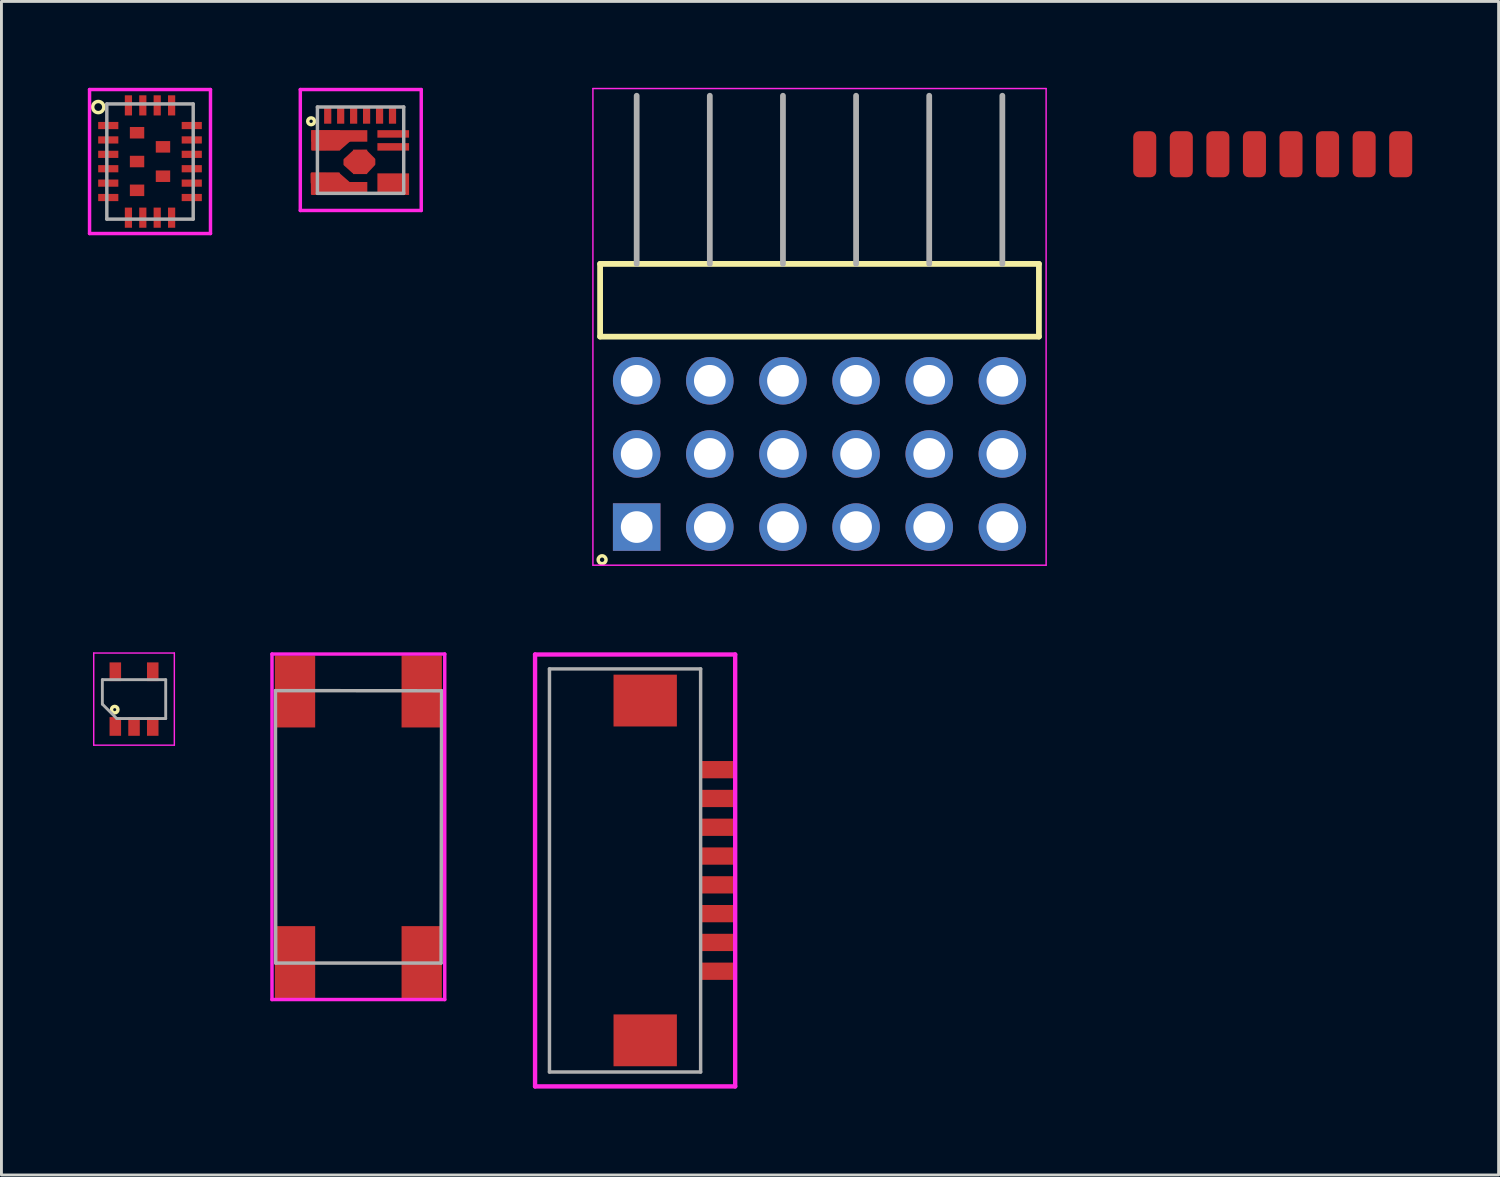
<source format=kicad_pcb>
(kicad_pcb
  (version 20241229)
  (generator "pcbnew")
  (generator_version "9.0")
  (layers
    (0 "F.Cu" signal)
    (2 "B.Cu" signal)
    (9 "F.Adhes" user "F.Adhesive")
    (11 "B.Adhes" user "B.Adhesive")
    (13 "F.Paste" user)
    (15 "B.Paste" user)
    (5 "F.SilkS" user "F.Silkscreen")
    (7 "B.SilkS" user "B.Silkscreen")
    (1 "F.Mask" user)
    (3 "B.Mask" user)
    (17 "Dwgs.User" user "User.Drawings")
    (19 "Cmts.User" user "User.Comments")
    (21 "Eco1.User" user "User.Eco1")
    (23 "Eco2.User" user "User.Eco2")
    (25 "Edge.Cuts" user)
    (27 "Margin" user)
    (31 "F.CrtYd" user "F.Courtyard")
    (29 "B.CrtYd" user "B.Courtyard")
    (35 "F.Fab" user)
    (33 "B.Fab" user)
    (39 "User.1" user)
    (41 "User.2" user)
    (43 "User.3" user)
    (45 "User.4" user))
  (footprint "ADTSM644KV"
    (layer "F.Cu")
    (at 9.396 25.665)
    (property "Reference" "ADTSM644KV" (at 0.038 0.089 0) (layer "Eco2.User") (effects (font (size 0.3 0.3) (thickness 0.075))))
    (attr smd)
    (fp_line (start -3 -6) (end -3 6) (stroke (width 0.12) (type solid)) (layer "F.CrtYd"))
    (fp_line (start 3 -6) (end -3 -6) (stroke (width 0.12) (type solid)) (layer "F.CrtYd"))
    (fp_line (start 3 -6) (end 3 6) (stroke (width 0.12) (type solid)) (layer "F.CrtYd"))
    (fp_line (start 3 6) (end -3 6) (stroke (width 0.12) (type solid)) (layer "F.CrtYd"))
    (fp_line (start -2.88 -4.729) (end 2.891 -4.724) (stroke (width 0.12) (type solid)) (layer "F.Fab"))
    (fp_line (start -2.87 4.732) (end -2.88 -4.729) (stroke (width 0.12) (type solid)) (layer "F.Fab"))
    (fp_line (start 2.873 4.732) (end -2.87 4.732) (stroke (width 0.12) (type solid)) (layer "F.Fab"))
    (fp_line (start 2.891 -4.724) (end 2.873 4.732) (stroke (width 0.12) (type solid)) (layer "F.Fab"))
    (pad "1" smd rect (at 2.2 -4.7 270) (size 2.5 1.4) (layers "F.Cu" "F.Mask" "F.Paste"))
    (pad "1" smd rect (at 2.2 4.7 270) (size 2.5 1.4) (layers "F.Cu" "F.Mask" "F.Paste"))
    (pad "2" smd rect (at -2.2 -4.7 270) (size 2.5 1.4) (layers "F.Cu" "F.Mask" "F.Paste"))
    (pad "2" smd rect (at -2.2 4.7 270) (size 2.5 1.4) (layers "F.Cu" "F.Mask" "F.Paste")))
  (footprint "6x3_right_angle_pin_header"
    (layer "F.Cu")
    (at 19.062 15.255)
    (property "Reference" "6x3_right_angle_pin_header" (at 0 0 0) (layer "Eco2.User") (effects (font (size 0.3 0.3) (thickness 0.075))))
    (attr through_hole)
    (fp_line (start -1.27 -9.14) (end 13.97 -9.14) (stroke (width 0.2) (type solid)) (layer "F.SilkS"))
    (fp_line (start -1.27 -6.617) (end -1.27 -9.14) (stroke (width 0.2) (type solid)) (layer "F.SilkS"))
    (fp_line (start -1.27 -6.613) (end 13.97 -6.613) (stroke (width 0.2) (type solid)) (layer "F.SilkS"))
    (fp_line (start 0 -10.643) (end 0 -9.157) (stroke (width 0.12) (type solid)) (layer "F.SilkS"))
    (fp_line (start 2.54 -10.655) (end 2.54 -9.169) (stroke (width 0.12) (type solid)) (layer "F.SilkS"))
    (fp_line (start 5.08 -10.655) (end 5.08 -9.169) (stroke (width 0.12) (type solid)) (layer "F.SilkS"))
    (fp_line (start 7.645 -10.655) (end 7.645 -9.169) (stroke (width 0.12) (type solid)) (layer "F.SilkS"))
    (fp_line (start 10.173 -10.693) (end 10.173 -9.207) (stroke (width 0.12) (type solid)) (layer "F.SilkS"))
    (fp_line (start 12.7 -10.693) (end 12.7 -9.207) (stroke (width 0.12) (type solid)) (layer "F.SilkS"))
    (fp_line (start 13.97 -9.14) (end 13.97 -6.617) (stroke (width 0.2) (type solid)) (layer "F.SilkS"))
    (fp_circle (center -1.201 1.135) (end -1.105 1.232) (stroke (width 0.12) (type solid)) (fill no) (layer "F.SilkS"))
    (fp_line (start -1.52 -15.23) (end -1.52 1.325) (stroke (width 0.05) (type solid)) (layer "F.CrtYd"))
    (fp_line (start -1.52 1.325) (end 14.22 1.325) (stroke (width 0.05) (type solid)) (layer "F.CrtYd"))
    (fp_line (start 14.22 -15.23) (end -1.52 -15.23) (stroke (width 0.05) (type solid)) (layer "F.CrtYd"))
    (fp_line (start 14.22 1.325) (end 14.22 -15.23) (stroke (width 0.05) (type solid)) (layer "F.CrtYd"))
    (fp_line (start 0 -9.14) (end 0 -14.98) (stroke (width 0.2) (type solid)) (layer "F.Fab"))
    (fp_line (start 2.54 -9.14) (end 2.54 -14.98) (stroke (width 0.2) (type solid)) (layer "F.Fab"))
    (fp_line (start 5.08 -9.14) (end 5.08 -14.98) (stroke (width 0.2) (type solid)) (layer "F.Fab"))
    (fp_line (start 7.62 -9.14) (end 7.62 -14.98) (stroke (width 0.2) (type solid)) (layer "F.Fab"))
    (fp_line (start 10.16 -9.14) (end 10.16 -14.98) (stroke (width 0.2) (type solid)) (layer "F.Fab"))
    (fp_line (start 12.7 -9.14) (end 12.7 -14.98) (stroke (width 0.2) (type solid)) (layer "F.Fab"))
    (fp_text user "REF**" (at 6.185 -7.76 0) (layer "Eco2.User") (effects (font (size 1.27 1.27) (thickness 0.254))))
    (pad "1" thru_hole rect (at 0 0) (size 1.65 1.65) (drill 1.1) (layers "*.Cu" "*.Mask"))
    (pad "2" thru_hole circle (at 0 -2.54) (size 1.65 1.65) (drill 1.1) (layers "*.Cu" "*.Mask"))
    (pad "3" thru_hole circle (at 0 -5.08) (size 1.65 1.65) (drill 1.1) (layers "*.Cu" "*.Mask"))
    (pad "4" thru_hole circle (at 2.54 0) (size 1.65 1.65) (drill 1.1) (layers "*.Cu" "*.Mask"))
    (pad "5" thru_hole circle (at 2.54 -2.54) (size 1.65 1.65) (drill 1.1) (layers "*.Cu" "*.Mask"))
    (pad "6" thru_hole circle (at 2.54 -5.08) (size 1.65 1.65) (drill 1.1) (layers "*.Cu" "*.Mask"))
    (pad "7" thru_hole circle (at 5.08 0) (size 1.65 1.65) (drill 1.1) (layers "*.Cu" "*.Mask"))
    (pad "8" thru_hole circle (at 5.08 -2.54) (size 1.65 1.65) (drill 1.1) (layers "*.Cu" "*.Mask"))
    (pad "9" thru_hole circle (at 5.08 -5.08) (size 1.65 1.65) (drill 1.1) (layers "*.Cu" "*.Mask"))
    (pad "10" thru_hole circle (at 7.62 0) (size 1.65 1.65) (drill 1.1) (layers "*.Cu" "*.Mask"))
    (pad "11" thru_hole circle (at 7.62 -2.54) (size 1.65 1.65) (drill 1.1) (layers "*.Cu" "*.Mask"))
    (pad "12" thru_hole circle (at 7.62 -5.08) (size 1.65 1.65) (drill 1.1) (layers "*.Cu" "*.Mask"))
    (pad "13" thru_hole circle (at 10.16 0) (size 1.65 1.65) (drill 1.1) (layers "*.Cu" "*.Mask"))
    (pad "14" thru_hole circle (at 10.16 -2.54) (size 1.65 1.65) (drill 1.1) (layers "*.Cu" "*.Mask"))
    (pad "15" thru_hole circle (at 10.16 -5.08) (size 1.65 1.65) (drill 1.1) (layers "*.Cu" "*.Mask"))
    (pad "16" thru_hole circle (at 12.7 0) (size 1.65 1.65) (drill 1.1) (layers "*.Cu" "*.Mask"))
    (pad "17" thru_hole circle (at 12.7 -2.54) (size 1.65 1.65) (drill 1.1) (layers "*.Cu" "*.Mask"))
    (pad "18" thru_hole circle (at 12.7 -5.08) (size 1.65 1.65) (drill 1.1) (layers "*.Cu" "*.Mask")))
  (footprint "5A_Buck_MP9447"
    (layer "F.Cu")
    (at 2.16 2.56)
    (property "Reference" "5A_Buck_MP9447" (at -0.127 -0.47 0) (layer "Eco2.User") (effects (font (size 0.3 0.3) (thickness 0.075))))
    (attr smd)
    (fp_circle (center -1.798 -1.892) (end -1.725 -1.712) (stroke (width 0.12) (type solid)) (fill no) (layer "F.SilkS"))
    (fp_line (start -2.1 -2.5) (end 2.1 -2.5) (stroke (width 0.12) (type solid)) (layer "F.CrtYd"))
    (fp_line (start -2.1 2.5) (end -2.1 -2.5) (stroke (width 0.12) (type solid)) (layer "F.CrtYd"))
    (fp_line (start 2.1 -2.5) (end 2.1 2.5) (stroke (width 0.12) (type solid)) (layer "F.CrtYd"))
    (fp_line (start 2.1 2.5) (end -2.1 2.5) (stroke (width 0.12) (type solid)) (layer "F.CrtYd"))
    (fp_line (start -1.5 -2) (end -1.5 2) (stroke (width 0.12) (type solid)) (layer "F.Fab"))
    (fp_line (start -1.5 -2) (end 1.5 -2) (stroke (width 0.12) (type solid)) (layer "F.Fab"))
    (fp_line (start -1.5 2) (end 1.5 2) (stroke (width 0.12) (type solid)) (layer "F.Fab"))
    (fp_line (start 1.5 -2) (end 1.5 2) (stroke (width 0.12) (type solid)) (layer "F.Fab"))
    (pad "1" smd rect (at -1.45 -1.25) (size 0.7 0.25) (layers "F.Cu" "F.Mask" "F.Paste"))
    (pad "2" smd rect (at -1.45 -0.75) (size 0.7 0.25) (layers "F.Cu" "F.Mask" "F.Paste"))
    (pad "3" smd rect (at -1.45 -0.25) (size 0.7 0.25) (layers "F.Cu" "F.Mask" "F.Paste"))
    (pad "4" smd rect (at -1.45 0.25) (size 0.7 0.25) (layers "F.Cu" "F.Mask" "F.Paste"))
    (pad "5" smd rect (at -1.45 0.75) (size 0.7 0.25) (layers "F.Cu" "F.Mask" "F.Paste"))
    (pad "6" smd rect (at -1.45 1.25) (size 0.7 0.25) (layers "F.Cu" "F.Mask" "F.Paste"))
    (pad "7" smd rect (at -0.75 1.95 90) (size 0.7 0.25) (layers "F.Cu" "F.Mask" "F.Paste"))
    (pad "8" smd rect (at -0.25 1.95 90) (size 0.7 0.25) (layers "F.Cu" "F.Mask" "F.Paste"))
    (pad "9" smd rect (at 0.25 1.95 90) (size 0.7 0.25) (layers "F.Cu" "F.Mask" "F.Paste"))
    (pad "10" smd rect (at 0.75 1.95 90) (size 0.7 0.25) (layers "F.Cu" "F.Mask" "F.Paste"))
    (pad "11" smd rect (at 1.45 1.25 180) (size 0.7 0.25) (layers "F.Cu" "F.Mask" "F.Paste"))
    (pad "12" smd rect (at 1.45 0.75 180) (size 0.7 0.25) (layers "F.Cu" "F.Mask" "F.Paste"))
    (pad "13" smd rect (at 1.45 0.25 180) (size 0.7 0.25) (layers "F.Cu" "F.Mask" "F.Paste"))
    (pad "14" smd rect (at 1.45 -0.25 180) (size 0.7 0.25) (layers "F.Cu" "F.Mask" "F.Paste"))
    (pad "15" smd rect (at 1.45 -0.75 180) (size 0.7 0.25) (layers "F.Cu" "F.Mask" "F.Paste"))
    (pad "16" smd rect (at 1.45 -1.25 180) (size 0.7 0.25) (layers "F.Cu" "F.Mask" "F.Paste"))
    (pad "17" smd rect (at 0.75 -1.95 270) (size 0.7 0.25) (layers "F.Cu" "F.Mask" "F.Paste"))
    (pad "18" smd rect (at 0.25 -1.95 270) (size 0.7 0.25) (layers "F.Cu" "F.Mask" "F.Paste"))
    (pad "19" smd rect (at -0.25 -1.95 270) (size 0.7 0.25) (layers "F.Cu" "F.Mask" "F.Paste"))
    (pad "20" smd rect (at -0.75 -1.95 270) (size 0.7 0.25) (layers "F.Cu" "F.Mask" "F.Paste"))
    (pad "21" smd rect (at -0.45 -1) (size 0.5 0.4) (layers "F.Cu" "F.Mask" "F.Paste"))
    (pad "22" smd rect (at -0.45 0) (size 0.5 0.4) (layers "F.Cu" "F.Mask" "F.Paste"))
    (pad "23" smd rect (at -0.45 1) (size 0.5 0.4) (layers "F.Cu" "F.Mask" "F.Paste"))
    (pad "24" smd rect (at 0.45 -0.51) (size 0.5 0.4) (layers "F.Cu" "F.Mask" "F.Paste"))
    (pad "25" smd rect (at 0.45 0.51) (size 0.5 0.4) (layers "F.Cu" "F.Mask" "F.Paste")))
  (footprint "AFA01-S08FCA-00"
    (layer "F.Cu")
    (at 19.383 27.181)
    (property "Reference" "AFA01-S08FCA-00" (at -0.013 0.089 180) (layer "Eco2.User") (effects (font (size 0.3 0.3) (thickness 0.075))))
    (attr smd)
    (fp_line (start -3.85 -7.5) (end -3.85 7.5) (stroke (width 0.152) (type solid)) (layer "F.CrtYd"))
    (fp_line (start -3.85 7.5) (end 3.1 7.5) (stroke (width 0.152) (type solid)) (layer "F.CrtYd"))
    (fp_line (start 3.1 -7.5) (end -3.85 -7.5) (stroke (width 0.152) (type solid)) (layer "F.CrtYd"))
    (fp_line (start 3.1 7.5) (end 3.1 -7.5) (stroke (width 0.152) (type solid)) (layer "F.CrtYd"))
    (fp_line (start -3.35 -7) (end 1.9 -7) (stroke (width 0.12) (type solid)) (layer "F.Fab"))
    (fp_line (start -3.35 7) (end -3.35 -7) (stroke (width 0.12) (type solid)) (layer "F.Fab"))
    (fp_line (start 1.9 -7) (end 1.9 7) (stroke (width 0.12) (type solid)) (layer "F.Fab"))
    (fp_line (start 1.9 7) (end -3.35 7) (stroke (width 0.12) (type solid)) (layer "F.Fab"))
    (pad "1" smd rect (at 2.5 -3.5) (size 1.25 0.6) (layers "F.Cu" "F.Mask" "F.Paste"))
    (pad "2" smd rect (at 2.502 -2.5) (size 1.25 0.6) (layers "F.Cu" "F.Mask" "F.Paste"))
    (pad "3" smd rect (at 2.5 -1.5) (size 1.25 0.6) (layers "F.Cu" "F.Mask" "F.Paste"))
    (pad "4" smd rect (at 2.5 -0.5) (size 1.25 0.6) (layers "F.Cu" "F.Mask" "F.Paste"))
    (pad "5" smd rect (at 2.5 0.5) (size 1.25 0.6) (layers "F.Cu" "F.Mask" "F.Paste"))
    (pad "6" smd rect (at 2.5 1.5) (size 1.25 0.6) (layers "F.Cu" "F.Mask" "F.Paste"))
    (pad "7" smd rect (at 2.5 2.5) (size 1.25 0.6) (layers "F.Cu" "F.Mask" "F.Paste"))
    (pad "8" smd rect (at 2.5 3.5) (size 1.25 0.6) (layers "F.Cu" "F.Mask" "F.Paste"))
    (pad "9" smd rect (at -0.025 5.9 90) (size 1.8 2.2) (layers "F.Cu" "F.Mask" "F.Paste"))
    (pad "10" smd rect (at -0.025 -5.9 90) (size 1.8 2.2) (layers "F.Cu" "F.Mask" "F.Paste")))
  (footprint "8pin_1.27mm_castellations"
    (layer "F.Cu")
    (at 41.152 2.307)
    (property "Reference" "8pin_1.27mm_castellations" (at 0 -2 0) (layer "Eco2.User") (effects (font (size 0.3 0.3) (thickness 0.075))))
    (attr through_hole)
    (pad "1" smd roundrect (at -4.445 0) (size 0.8 1.6) (layers "F.Cu" "F.Mask" "F.Paste") (roundrect_rratio 0.25))
    (pad "2" smd roundrect (at -3.175 0) (size 0.8 1.6) (layers "F.Cu" "F.Mask" "F.Paste") (roundrect_rratio 0.25))
    (pad "3" smd roundrect (at -1.905 0) (size 0.8 1.6) (layers "F.Cu" "F.Mask" "F.Paste") (roundrect_rratio 0.25))
    (pad "4" smd roundrect (at -0.635 0) (size 0.8 1.6) (layers "F.Cu" "F.Mask" "F.Paste") (roundrect_rratio 0.25))
    (pad "5" smd roundrect (at 0.635 0) (size 0.8 1.6) (layers "F.Cu" "F.Mask" "F.Paste") (roundrect_rratio 0.25))
    (pad "6" smd roundrect (at 1.905 0) (size 0.8 1.6) (layers "F.Cu" "F.Mask" "F.Paste") (roundrect_rratio 0.25))
    (pad "7" smd roundrect (at 3.175 0) (size 0.8 1.6) (layers "F.Cu" "F.Mask" "F.Paste") (roundrect_rratio 0.25))
    (pad "8" smd roundrect (at 4.445 0) (size 0.8 1.6) (layers "F.Cu" "F.Mask" "F.Paste") (roundrect_rratio 0.25)))
  (footprint "6A_buck_SY8366H"
    (layer "F.Cu")
    (at 9.48 2.16)
    (property "Reference" "6A_buck_SY8366H" (at 1.295 0.406 0) (layer "Eco2.User") (effects (font (size 0.3 0.3) (thickness 0.075))))
    (attr smd)
    (fp_poly (pts (xy -0.775 0.838) (xy -1.694 0.833) (xy -1.689 1.135) (xy -0.401 1.166)) (stroke (width 0.1) (type solid)) (fill yes) (layer "F.Cu"))
    (fp_poly (pts (xy -0.744 -0.038) (xy -1.664 -0.033) (xy -1.659 -0.335) (xy -0.371 -0.366)) (stroke (width 0.1) (type solid)) (fill yes) (layer "F.Cu"))
    (fp_poly (pts (xy 0.455 0.33) (xy 0.455 0.493) (xy 0.201 0.762) (xy -0.254 0.765) (xy -0.551 0.498) (xy -0.551 0.343) (xy -0.236 0.053) (xy 0.173 0.046)) (stroke (width 0.1) (type solid)) (fill yes) (layer "F.Cu"))
    (fp_poly (pts (xy -0.775 0.838) (xy -1.694 0.833) (xy -1.689 1.135) (xy -0.401 1.166)) (stroke (width 0.1) (type solid)) (fill yes) (layer "F.Mask"))
    (fp_poly (pts (xy -0.744 -0.041) (xy -1.664 -0.036) (xy -1.659 -0.338) (xy -0.371 -0.368)) (stroke (width 0.1) (type solid)) (fill yes) (layer "F.Mask"))
    (fp_poly (pts (xy 0.455 0.33) (xy 0.455 0.493) (xy 0.201 0.762) (xy -0.254 0.765) (xy -0.551 0.498) (xy -0.551 0.343) (xy -0.236 0.053) (xy 0.173 0.046)) (stroke (width 0.1) (type solid)) (fill yes) (layer "F.Mask"))
    (fp_circle (center -1.725 -0.998) (end -1.699 -0.882) (stroke (width 0.12) (type solid)) (fill no) (layer "F.SilkS"))
    (fp_poly (pts (xy -0.775 0.836) (xy -1.694 0.831) (xy -1.689 1.133) (xy -0.401 1.163)) (stroke (width 0.1) (type solid)) (fill yes) (layer "F.Paste"))
    (fp_poly (pts (xy -0.744 -0.041) (xy -1.664 -0.036) (xy -1.659 -0.338) (xy -0.371 -0.368)) (stroke (width 0.1) (type solid)) (fill yes) (layer "F.Paste"))
    (fp_poly (pts (xy 0.455 0.33) (xy 0.455 0.493) (xy 0.201 0.762) (xy -0.254 0.765) (xy -0.551 0.498) (xy -0.551 0.343) (xy -0.236 0.053) (xy 0.173 0.046)) (stroke (width 0.1) (type solid)) (fill yes) (layer "F.Paste"))
    (fp_line (start -2.1 -2.1) (end 2.1 -2.1) (stroke (width 0.12) (type solid)) (layer "F.CrtYd"))
    (fp_line (start -2.1 2.1) (end -2.1 -2.1) (stroke (width 0.12) (type solid)) (layer "F.CrtYd"))
    (fp_line (start 2.1 -2.1) (end 2.1 2.1) (stroke (width 0.12) (type solid)) (layer "F.CrtYd"))
    (fp_line (start 2.1 2.1) (end -2.1 2.1) (stroke (width 0.12) (type solid)) (layer "F.CrtYd"))
    (fp_line (start -1.506 -1.494) (end 1.491 -1.494) (stroke (width 0.12) (type solid)) (layer "F.Fab"))
    (fp_line (start -1.506 1.504) (end -1.506 -1.494) (stroke (width 0.12) (type solid)) (layer "F.Fab"))
    (fp_line (start 1.491 -1.494) (end 1.491 1.504) (stroke (width 0.12) (type solid)) (layer "F.Fab"))
    (fp_line (start 1.491 1.504) (end -1.506 1.504) (stroke (width 0.12) (type solid)) (layer "F.Fab"))
    (pad "1" smd rect (at -1.232 1.158) (size 1 0.75) (layers "F.Cu" "F.Mask" "F.Paste"))
    (pad "1" smd rect (at -1.219 -0.335) (size 1 0.7) (layers "F.Cu" "F.Mask" "F.Paste"))
    (pad "1" smd rect (at -0.748 -0.489) (size 1.95 0.4) (layers "F.Cu" "F.Mask" "F.Paste"))
    (pad "1" smd rect (at -0.748 1.336) (size 1.95 0.45) (layers "F.Cu" "F.Mask" "F.Paste"))
    (pad "2" smd rect (at -0.023 0.411) (size 0.49 0.85) (layers "F.Cu" "F.Mask" "F.Paste"))
    (pad "5" smd rect (at 1.127 -0.559) (size 1.1 0.26) (layers "F.Cu" "F.Mask" "F.Paste"))
    (pad "5" smd rect (at 1.127 1.186) (size 1.1 0.75) (layers "F.Cu" "F.Mask" "F.Paste"))
    (pad "6" smd rect (at 1.127 -0.109) (size 1.1 0.26) (layers "F.Cu" "F.Mask" "F.Paste"))
    (pad "7" smd rect (at 1.102 -1.214) (size 0.25 0.6) (layers "F.Cu" "F.Mask" "F.Paste"))
    (pad "8" smd rect (at 0.652 -1.214) (size 0.25 0.6) (layers "F.Cu" "F.Mask" "F.Paste"))
    (pad "9" smd rect (at 0.202 -1.214) (size 0.25 0.6) (layers "F.Cu" "F.Mask" "F.Paste"))
    (pad "10" smd rect (at -0.248 -1.214) (size 0.25 0.6) (layers "F.Cu" "F.Mask" "F.Paste"))
    (pad "11" smd rect (at -0.698 -1.214) (size 0.25 0.6) (layers "F.Cu" "F.Mask" "F.Paste"))
    (pad "12" smd rect (at -1.148 -1.214) (size 0.25 0.6) (layers "F.Cu" "F.Mask" "F.Paste")))
  (footprint "74LVC1G07GW"
    (layer "F.Cu")
    (at 1.605 21.23)
    (property "Reference" "74LVC1G07GW" (at 0.064 -0.076 0) (layer "Eco2.User") (effects (font (size 0.3 0.3) (thickness 0.075))))
    (attr smd)
    (fp_circle (center -0.671 0.366) (end -0.78 0.396) (stroke (width 0.12) (type solid)) (fill no) (layer "F.SilkS"))
    (fp_line (start -1.4 1.6) (end -1.4 -1.6) (stroke (width 0.05) (type solid)) (layer "F.CrtYd"))
    (fp_line (start -1.4 1.6) (end 1.4 1.6) (stroke (width 0.05) (type solid)) (layer "F.CrtYd"))
    (fp_line (start 1.4 -1.6) (end -1.4 -1.6) (stroke (width 0.05) (type solid)) (layer "F.CrtYd"))
    (fp_line (start 1.4 1.6) (end 1.4 -1.6) (stroke (width 0.05) (type solid)) (layer "F.CrtYd"))
    (fp_line (start -1.1 -0.675) (end -1.1 0.175) (stroke (width 0.1) (type solid)) (layer "F.Fab"))
    (fp_line (start -1.1 -0.675) (end 1.1 -0.675) (stroke (width 0.1) (type solid)) (layer "F.Fab"))
    (fp_line (start -1.1 0.175) (end -0.6 0.675) (stroke (width 0.1) (type solid)) (layer "F.Fab"))
    (fp_line (start -0.6 0.675) (end 1.1 0.675) (stroke (width 0.1) (type solid)) (layer "F.Fab"))
    (fp_line (start 1.1 -0.675) (end 1.1 0.675) (stroke (width 0.1) (type solid)) (layer "F.Fab"))
    (pad "1" smd rect (at -0.65 0.95 90) (size 0.65 0.4) (layers "F.Cu" "F.Mask" "F.Paste"))
    (pad "2" smd rect (at 0 0.95 90) (size 0.65 0.4) (layers "F.Cu" "F.Mask" "F.Paste"))
    (pad "3" smd rect (at 0.65 0.95 90) (size 0.65 0.4) (layers "F.Cu" "F.Mask" "F.Paste"))
    (pad "4" smd rect (at 0.65 -0.95 90) (size 0.65 0.4) (layers "F.Cu" "F.Mask" "F.Paste"))
    (pad "5" smd rect (at -0.65 -0.95 90) (size 0.65 0.4) (layers "F.Cu" "F.Mask" "F.Paste")))
  (gr_rect
    (start -3 -3)
    (end 48.997 37.757)
    (stroke (width 0.1) (type default))
    (fill no)
    (layer "Edge.Cuts")))
</source>
